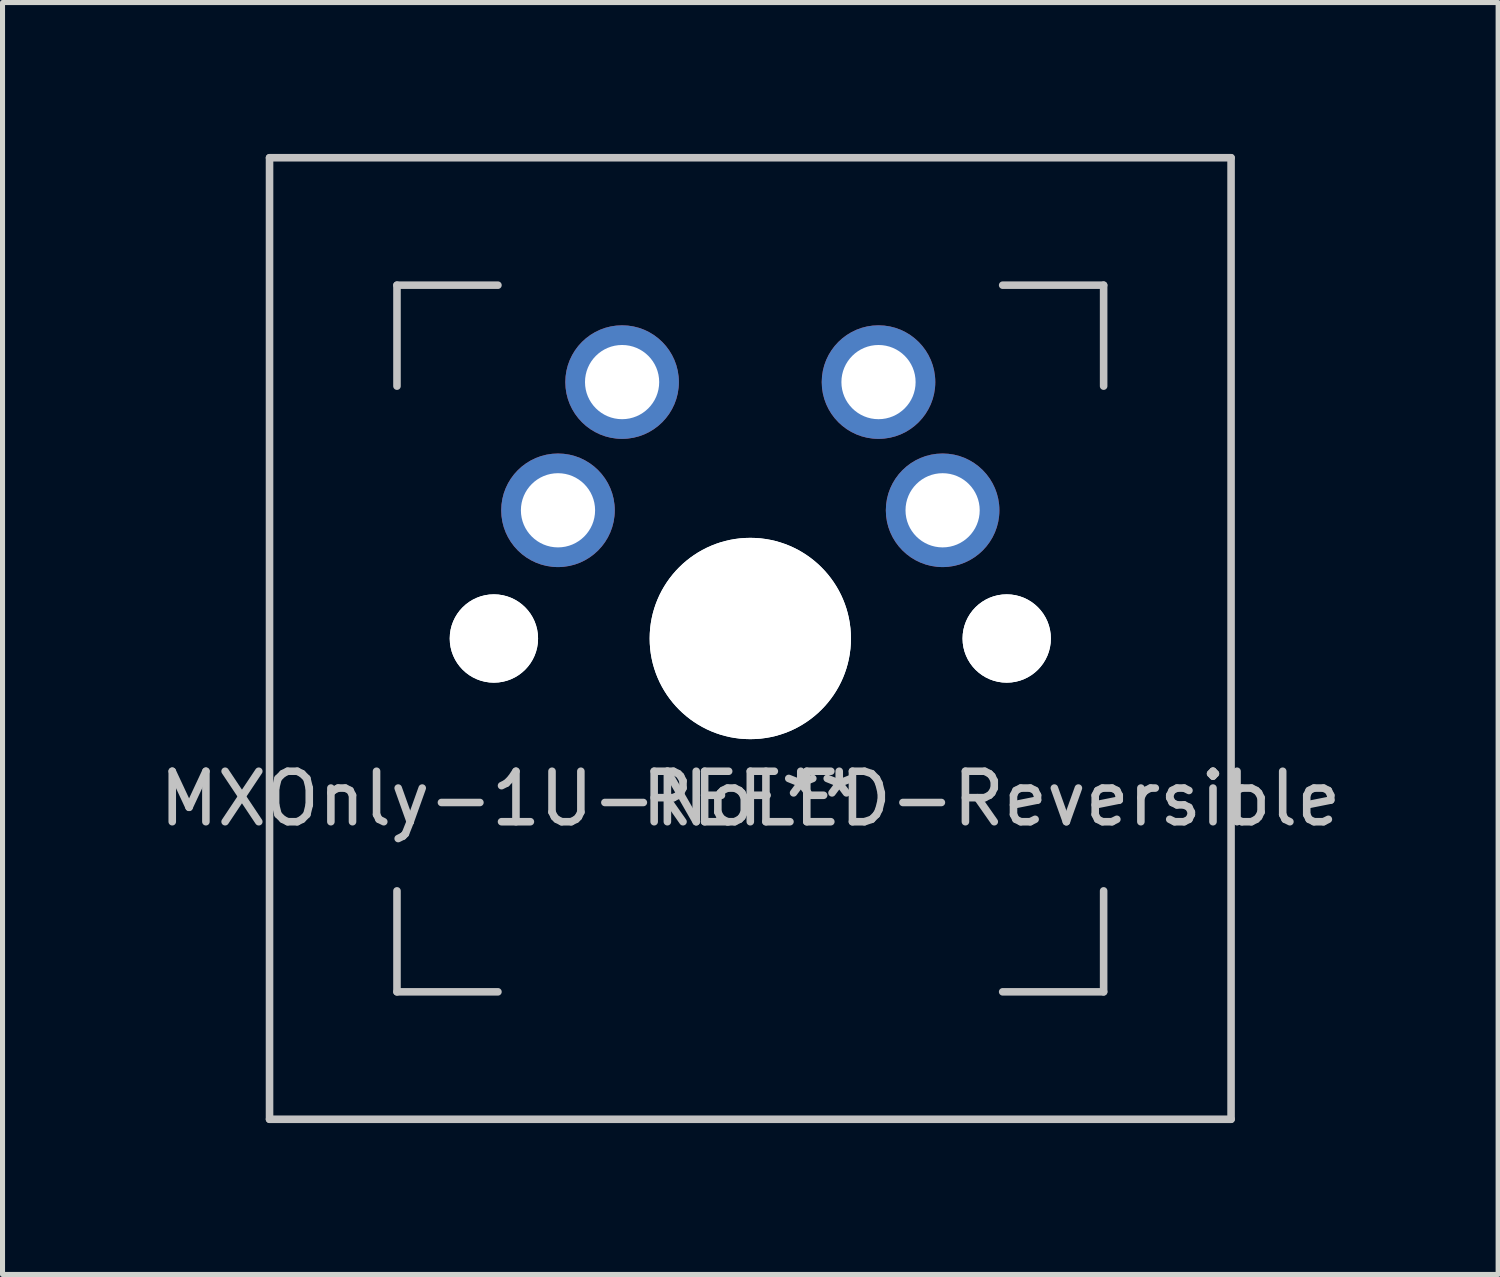
<source format=kicad_pcb>
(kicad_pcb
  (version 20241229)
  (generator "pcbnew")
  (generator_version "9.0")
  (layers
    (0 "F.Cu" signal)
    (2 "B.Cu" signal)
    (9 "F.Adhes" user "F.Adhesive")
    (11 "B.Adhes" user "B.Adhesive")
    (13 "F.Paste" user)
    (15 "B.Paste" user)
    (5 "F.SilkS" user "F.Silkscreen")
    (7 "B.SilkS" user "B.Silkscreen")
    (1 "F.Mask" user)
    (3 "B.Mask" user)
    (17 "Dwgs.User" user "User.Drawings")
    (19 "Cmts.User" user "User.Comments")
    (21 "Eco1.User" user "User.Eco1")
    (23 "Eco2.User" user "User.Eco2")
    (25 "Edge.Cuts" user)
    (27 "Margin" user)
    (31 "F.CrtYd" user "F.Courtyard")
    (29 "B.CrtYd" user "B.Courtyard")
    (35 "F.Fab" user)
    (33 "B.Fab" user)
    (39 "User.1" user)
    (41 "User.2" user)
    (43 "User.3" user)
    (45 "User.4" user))
  (footprint "MXOnly-1U-NoLED-Reversible"
    (layer "F.Cu")
    (at 11.815 9.6)
    (property "Reference" "MXOnly-1U-NoLED-Reversible" (at 0 3.175 0) (layer "Dwgs.User") (effects (font (size 1 1) (thickness 0.15))))
    (attr through_hole)
    (fp_line (start -9.525 -9.525) (end 9.525 -9.525) (stroke (width 0.15) (type solid)) (layer "Dwgs.User"))
    (fp_line (start -9.525 9.525) (end -9.525 -9.525) (stroke (width 0.15) (type solid)) (layer "Dwgs.User"))
    (fp_line (start -7 -7) (end -7 -5) (stroke (width 0.15) (type solid)) (layer "Dwgs.User"))
    (fp_line (start -7 5) (end -7 7) (stroke (width 0.15) (type solid)) (layer "Dwgs.User"))
    (fp_line (start -7 7) (end -5 7) (stroke (width 0.15) (type solid)) (layer "Dwgs.User"))
    (fp_line (start -5 -7) (end -7 -7) (stroke (width 0.15) (type solid)) (layer "Dwgs.User"))
    (fp_line (start 5 -7) (end 7 -7) (stroke (width 0.15) (type solid)) (layer "Dwgs.User"))
    (fp_line (start 5 7) (end 7 7) (stroke (width 0.15) (type solid)) (layer "Dwgs.User"))
    (fp_line (start 7 -7) (end 7 -5) (stroke (width 0.15) (type solid)) (layer "Dwgs.User"))
    (fp_line (start 7 7) (end 7 5) (stroke (width 0.15) (type solid)) (layer "Dwgs.User"))
    (fp_line (start 9.525 -9.525) (end 9.525 9.525) (stroke (width 0.15) (type solid)) (layer "Dwgs.User"))
    (fp_line (start 9.525 9.525) (end -9.525 9.525) (stroke (width 0.15) (type solid)) (layer "Dwgs.User"))
    (fp_text user "REF**" (at 0 3.175 180) (layer "Dwgs.User") (effects (font (size 1 1) (thickness 0.15))))
    (pad "" np_thru_hole circle (at -5.08 0 48.1) (size 1.75 1.75) (drill 1.75) (layers "*.Cu" "*.Mask"))
    (pad "" np_thru_hole circle (at -5.08 0 131.9) (size 1.75 1.75) (drill 1.75) (layers "*.Cu" "*.Mask"))
    (pad "" np_thru_hole circle (at 0 0) (size 3.988 3.988) (drill 3.988) (layers "*.Cu" "*.Mask"))
    (pad "" np_thru_hole circle (at 0 0 180) (size 3.988 3.988) (drill 3.988) (layers "*.Cu" "*.Mask"))
    (pad "" np_thru_hole circle (at 5.08 0 131.9) (size 1.75 1.75) (drill 1.75) (layers "*.Cu" "*.Mask"))
    (pad "" np_thru_hole circle (at 5.08 0 48.1) (size 1.75 1.75) (drill 1.75) (layers "*.Cu" "*.Mask"))
    (pad "1" thru_hole circle (at -3.81 -2.54) (size 2.25 2.25) (drill 1.47) (layers "*.Cu" "*.Mask"))
    (pad "1" thru_hole circle (at 3.81 -2.54 180) (size 2.25 2.25) (drill 1.47) (layers "*.Cu" "*.Mask"))
    (pad "2" thru_hole circle (at -2.54 -5.08 180) (size 2.25 2.25) (drill 1.47) (layers "*.Cu" "*.Mask"))
    (pad "2" thru_hole circle (at 2.54 -5.08) (size 2.25 2.25) (drill 1.47) (layers "*.Cu" "*.Mask")))
  (gr_rect
    (start -3 -3)
    (end 26.631 22.2)
    (stroke (width 0.1) (type default))
    (fill no)
    (layer "Edge.Cuts")))
</source>
